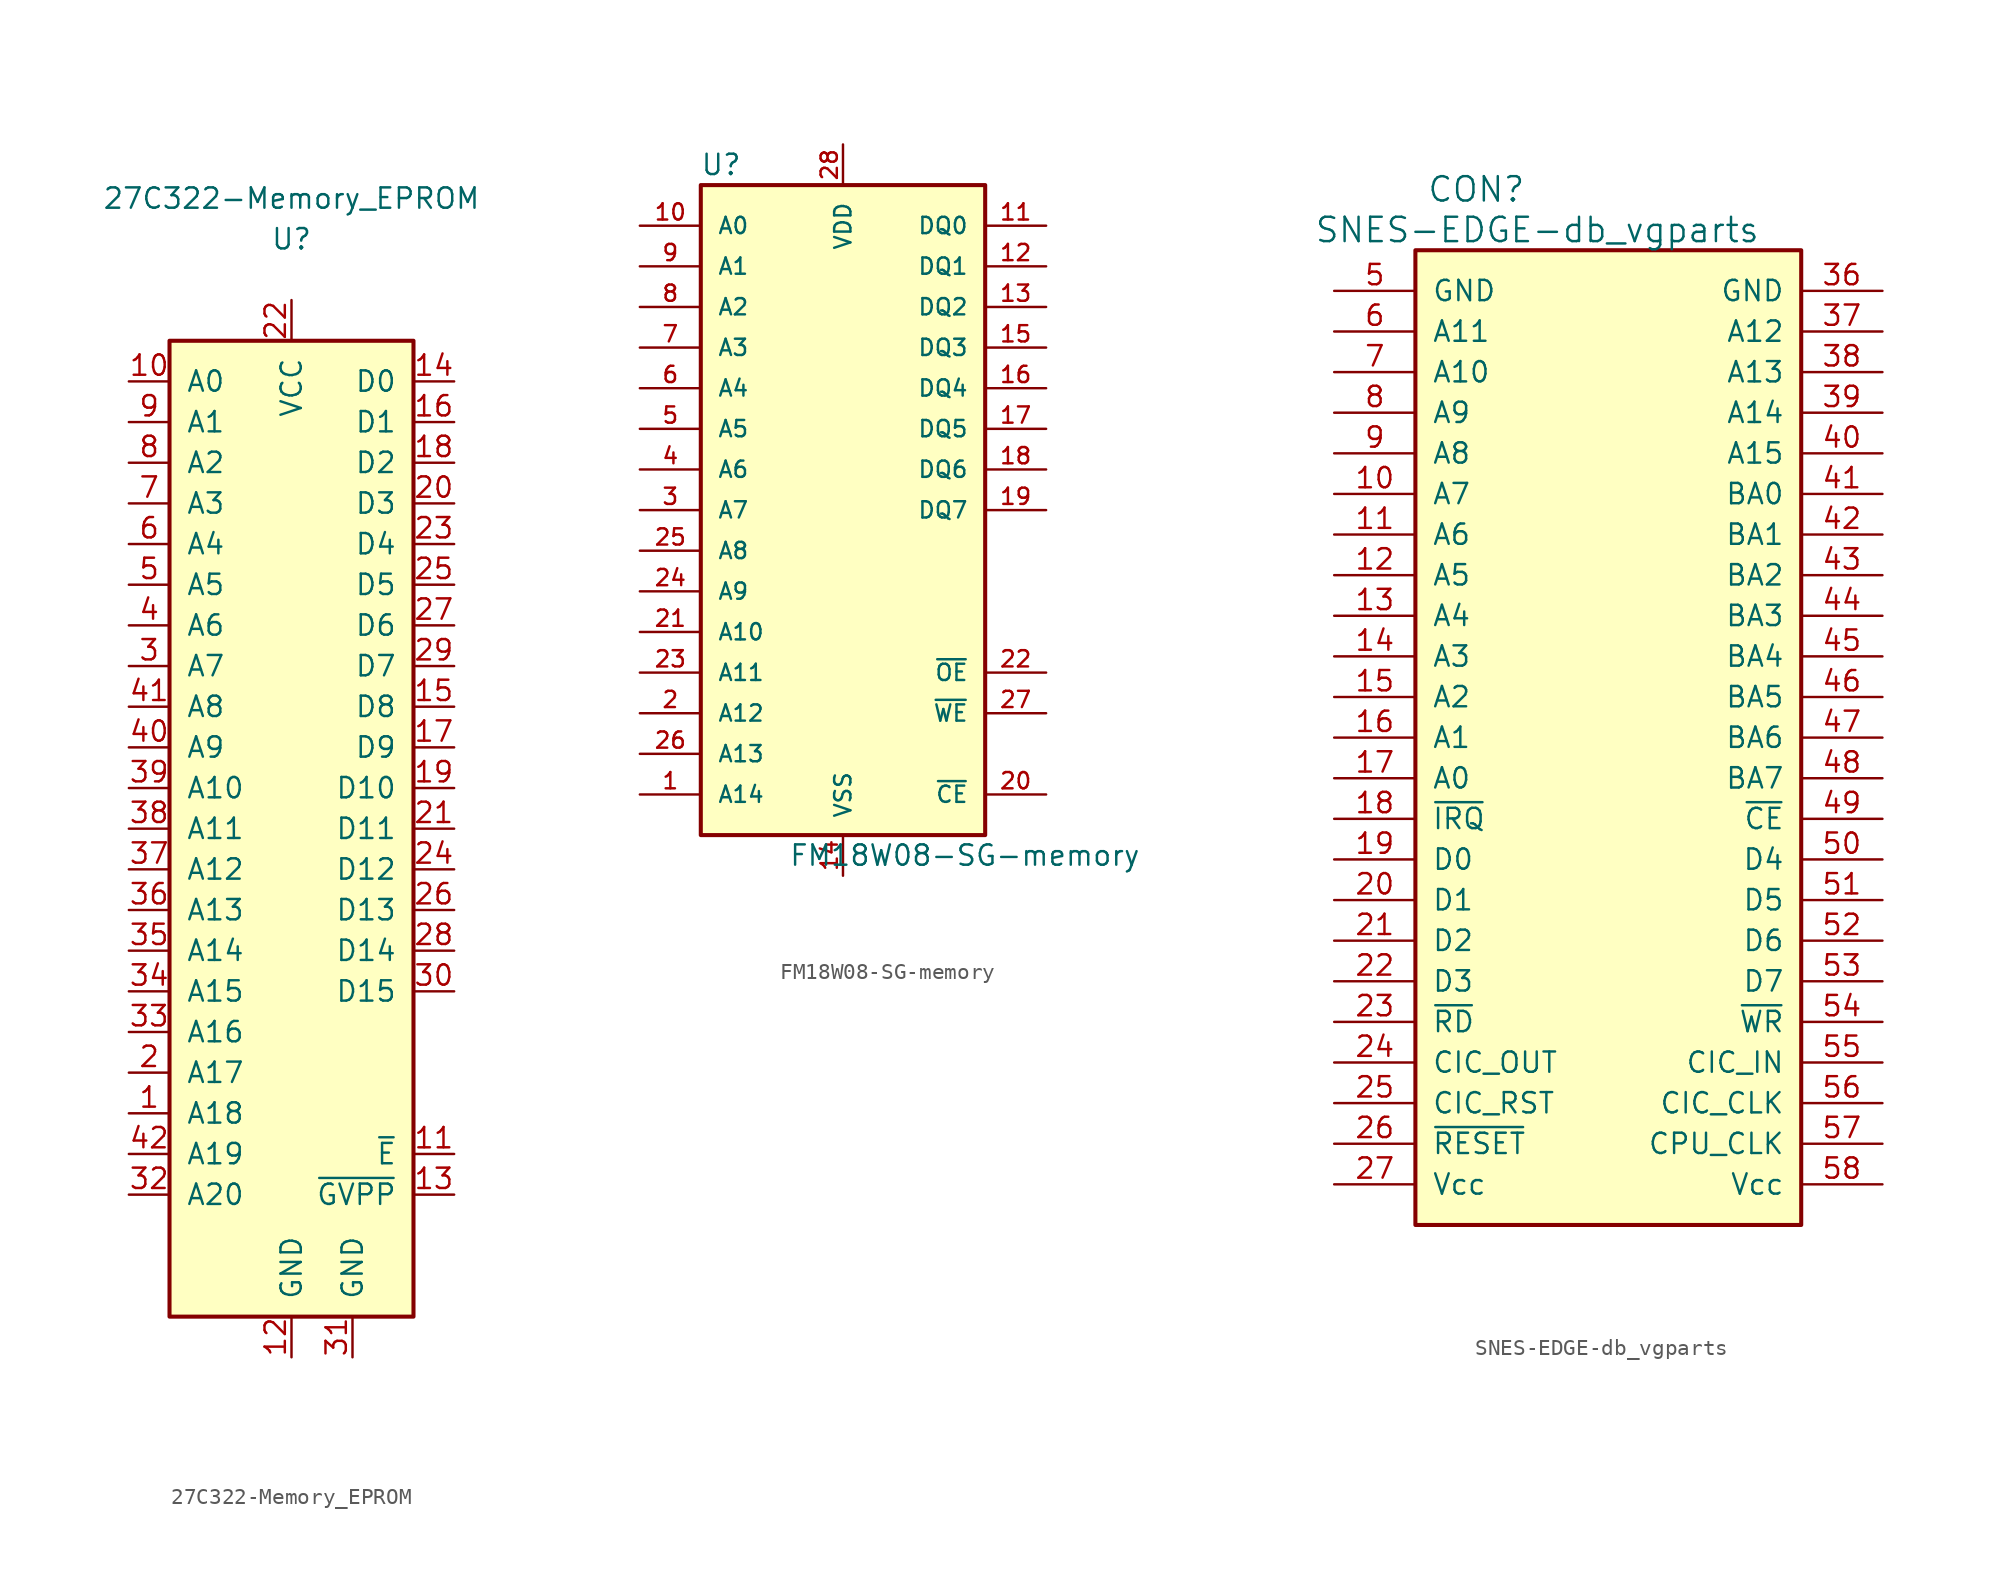
<source format=kicad_sym>
(kicad_symbol_lib
  (version 20211014)
  (generator kicad_symbol_editor)
  (symbol "27C322-Memory_EPROM"
    (pin_names
      (offset 1.016))
    (property "Reference" "U"
      (at 0 35.56 0)
      (effects (font (size 1.27 1.27))))
    (property "Value" "27C322-Memory_EPROM"
      (at 0 38.1 0)
      (effects (font (size 1.27 1.27))))
    (symbol "27C322-Memory_EPROM_1_1"
      (rectangle (start -7.62 29.21) (end 7.62 -31.75) (stroke (width 0.254) (type default) (color 0 0 0 0)) (fill (type background)))
      (pin input line (at -10.16 -19.05 0) (length 2.54) (name "A18" (effects (font (size 1.27 1.27)))) (number "1" (effects (font (size 1.27 1.27)))))
      (pin input line (at -10.16 26.67 0) (length 2.54) (name "A0" (effects (font (size 1.27 1.27)))) (number "10" (effects (font (size 1.27 1.27)))))
      (pin input line (at 10.16 -21.59 180) (length 2.54) (name "~{E}" (effects (font (size 1.27 1.27)))) (number "11" (effects (font (size 1.27 1.27)))))
      (pin power_in line (at 0 -34.29 90) (length 2.54) (name "GND" (effects (font (size 1.27 1.27)))) (number "12" (effects (font (size 1.27 1.27)))))
      (pin input line (at 10.16 -24.13 180) (length 2.54) (name "~{GVPP}" (effects (font (size 1.27 1.27)))) (number "13" (effects (font (size 1.27 1.27)))))
      (pin tri_state line (at 10.16 26.67 180) (length 2.54) (name "D0" (effects (font (size 1.27 1.27)))) (number "14" (effects (font (size 1.27 1.27)))))
      (pin tri_state line (at 10.16 6.35 180) (length 2.54) (name "D8" (effects (font (size 1.27 1.27)))) (number "15" (effects (font (size 1.27 1.27)))))
      (pin tri_state line (at 10.16 24.13 180) (length 2.54) (name "D1" (effects (font (size 1.27 1.27)))) (number "16" (effects (font (size 1.27 1.27)))))
      (pin tri_state line (at 10.16 3.81 180) (length 2.54) (name "D9" (effects (font (size 1.27 1.27)))) (number "17" (effects (font (size 1.27 1.27)))))
      (pin tri_state line (at 10.16 21.59 180) (length 2.54) (name "D2" (effects (font (size 1.27 1.27)))) (number "18" (effects (font (size 1.27 1.27)))))
      (pin tri_state line (at 10.16 1.27 180) (length 2.54) (name "D10" (effects (font (size 1.27 1.27)))) (number "19" (effects (font (size 1.27 1.27)))))
      (pin input line (at -10.16 -16.51 0) (length 2.54) (name "A17" (effects (font (size 1.27 1.27)))) (number "2" (effects (font (size 1.27 1.27)))))
      (pin tri_state line (at 10.16 19.05 180) (length 2.54) (name "D3" (effects (font (size 1.27 1.27)))) (number "20" (effects (font (size 1.27 1.27)))))
      (pin tri_state line (at 10.16 -1.27 180) (length 2.54) (name "D11" (effects (font (size 1.27 1.27)))) (number "21" (effects (font (size 1.27 1.27)))))
      (pin power_in line (at 0 31.75 270) (length 2.54) (name "VCC" (effects (font (size 1.27 1.27)))) (number "22" (effects (font (size 1.27 1.27)))))
      (pin tri_state line (at 10.16 16.51 180) (length 2.54) (name "D4" (effects (font (size 1.27 1.27)))) (number "23" (effects (font (size 1.27 1.27)))))
      (pin tri_state line (at 10.16 -3.81 180) (length 2.54) (name "D12" (effects (font (size 1.27 1.27)))) (number "24" (effects (font (size 1.27 1.27)))))
      (pin tri_state line (at 10.16 13.97 180) (length 2.54) (name "D5" (effects (font (size 1.27 1.27)))) (number "25" (effects (font (size 1.27 1.27)))))
      (pin tri_state line (at 10.16 -6.35 180) (length 2.54) (name "D13" (effects (font (size 1.27 1.27)))) (number "26" (effects (font (size 1.27 1.27)))))
      (pin tri_state line (at 10.16 11.43 180) (length 2.54) (name "D6" (effects (font (size 1.27 1.27)))) (number "27" (effects (font (size 1.27 1.27)))))
      (pin tri_state line (at 10.16 -8.89 180) (length 2.54) (name "D14" (effects (font (size 1.27 1.27)))) (number "28" (effects (font (size 1.27 1.27)))))
      (pin tri_state line (at 10.16 8.89 180) (length 2.54) (name "D7" (effects (font (size 1.27 1.27)))) (number "29" (effects (font (size 1.27 1.27)))))
      (pin input line (at -10.16 8.89 0) (length 2.54) (name "A7" (effects (font (size 1.27 1.27)))) (number "3" (effects (font (size 1.27 1.27)))))
      (pin tri_state line (at 10.16 -11.43 180) (length 2.54) (name "D15" (effects (font (size 1.27 1.27)))) (number "30" (effects (font (size 1.27 1.27)))))
      (pin power_in line (at 3.81 -34.29 90) (length 2.54) (name "GND" (effects (font (size 1.27 1.27)))) (number "31" (effects (font (size 1.27 1.27)))))
      (pin input line (at -10.16 -24.13 0) (length 2.54) (name "A20" (effects (font (size 1.27 1.27)))) (number "32" (effects (font (size 1.27 1.27)))))
      (pin input line (at -10.16 -13.97 0) (length 2.54) (name "A16" (effects (font (size 1.27 1.27)))) (number "33" (effects (font (size 1.27 1.27)))))
      (pin input line (at -10.16 -11.43 0) (length 2.54) (name "A15" (effects (font (size 1.27 1.27)))) (number "34" (effects (font (size 1.27 1.27)))))
      (pin input line (at -10.16 -8.89 0) (length 2.54) (name "A14" (effects (font (size 1.27 1.27)))) (number "35" (effects (font (size 1.27 1.27)))))
      (pin input line (at -10.16 -6.35 0) (length 2.54) (name "A13" (effects (font (size 1.27 1.27)))) (number "36" (effects (font (size 1.27 1.27)))))
      (pin input line (at -10.16 -3.81 0) (length 2.54) (name "A12" (effects (font (size 1.27 1.27)))) (number "37" (effects (font (size 1.27 1.27)))))
      (pin input line (at -10.16 -1.27 0) (length 2.54) (name "A11" (effects (font (size 1.27 1.27)))) (number "38" (effects (font (size 1.27 1.27)))))
      (pin input line (at -10.16 1.27 0) (length 2.54) (name "A10" (effects (font (size 1.27 1.27)))) (number "39" (effects (font (size 1.27 1.27)))))
      (pin input line (at -10.16 11.43 0) (length 2.54) (name "A6" (effects (font (size 1.27 1.27)))) (number "4" (effects (font (size 1.27 1.27)))))
      (pin input line (at -10.16 3.81 0) (length 2.54) (name "A9" (effects (font (size 1.27 1.27)))) (number "40" (effects (font (size 1.27 1.27)))))
      (pin input line (at -10.16 6.35 0) (length 2.54) (name "A8" (effects (font (size 1.27 1.27)))) (number "41" (effects (font (size 1.27 1.27)))))
      (pin input line (at -10.16 -21.59 0) (length 2.54) (name "A19" (effects (font (size 1.27 1.27)))) (number "42" (effects (font (size 1.27 1.27)))))
      (pin input line (at -10.16 13.97 0) (length 2.54) (name "A5" (effects (font (size 1.27 1.27)))) (number "5" (effects (font (size 1.27 1.27)))))
      (pin input line (at -10.16 16.51 0) (length 2.54) (name "A4" (effects (font (size 1.27 1.27)))) (number "6" (effects (font (size 1.27 1.27)))))
      (pin input line (at -10.16 19.05 0) (length 2.54) (name "A3" (effects (font (size 1.27 1.27)))) (number "7" (effects (font (size 1.27 1.27)))))
      (pin input line (at -10.16 21.59 0) (length 2.54) (name "A2" (effects (font (size 1.27 1.27)))) (number "8" (effects (font (size 1.27 1.27)))))
      (pin input line (at -10.16 24.13 0) (length 2.54) (name "A1" (effects (font (size 1.27 1.27)))) (number "9" (effects (font (size 1.27 1.27)))))))
  (symbol "FM18W08-SG-memory"
    (pin_names
      (offset 1.016))
    (property "Reference" "U"
      (at -7.62 21.59 0)
      (effects (font (size 1.27 1.27))))
    (property "Value" "FM18W08-SG-memory"
      (at 7.62 -21.59 0)
      (effects (font (size 1.27 1.27))))
    (symbol "FM18W08-SG-memory_0_1"
      (rectangle (start -8.89 20.32) (end 8.89 -20.32) (stroke (width 0.254) (type default) (color 0 0 0 0)) (fill (type background))))
    (symbol "FM18W08-SG-memory_1_1"
      (pin input line (at -12.7 -17.78 0) (length 3.81) (name "A14" (effects (font (size 1.016 1.016)))) (number "1" (effects (font (size 1.016 1.016)))))
      (pin input line (at -12.7 17.78 0) (length 3.81) (name "A0" (effects (font (size 1.016 1.016)))) (number "10" (effects (font (size 1.016 1.016)))))
      (pin bidirectional line (at 12.7 17.78 180) (length 3.81) (name "DQ0" (effects (font (size 1.016 1.016)))) (number "11" (effects (font (size 1.016 1.016)))))
      (pin bidirectional line (at 12.7 15.24 180) (length 3.81) (name "DQ1" (effects (font (size 1.016 1.016)))) (number "12" (effects (font (size 1.016 1.016)))))
      (pin bidirectional line (at 12.7 12.7 180) (length 3.81) (name "DQ2" (effects (font (size 1.016 1.016)))) (number "13" (effects (font (size 1.016 1.016)))))
      (pin power_in line (at 0 -22.86 90) (length 2.54) (name "VSS" (effects (font (size 1.016 1.016)))) (number "14" (effects (font (size 1.016 1.016)))))
      (pin bidirectional line (at 12.7 10.16 180) (length 3.81) (name "DQ3" (effects (font (size 1.016 1.016)))) (number "15" (effects (font (size 1.016 1.016)))))
      (pin bidirectional line (at 12.7 7.62 180) (length 3.81) (name "DQ4" (effects (font (size 1.016 1.016)))) (number "16" (effects (font (size 1.016 1.016)))))
      (pin bidirectional line (at 12.7 5.08 180) (length 3.81) (name "DQ5" (effects (font (size 1.016 1.016)))) (number "17" (effects (font (size 1.016 1.016)))))
      (pin bidirectional line (at 12.7 2.54 180) (length 3.81) (name "DQ6" (effects (font (size 1.016 1.016)))) (number "18" (effects (font (size 1.016 1.016)))))
      (pin bidirectional line (at 12.7 0 180) (length 3.81) (name "DQ7" (effects (font (size 1.016 1.016)))) (number "19" (effects (font (size 1.016 1.016)))))
      (pin input line (at -12.7 -12.7 0) (length 3.81) (name "A12" (effects (font (size 1.016 1.016)))) (number "2" (effects (font (size 1.016 1.016)))))
      (pin bidirectional line (at 12.7 -17.78 180) (length 3.81) (name "~{CE}" (effects (font (size 1.016 1.016)))) (number "20" (effects (font (size 1.016 1.016)))))
      (pin input line (at -12.7 -7.62 0) (length 3.81) (name "A10" (effects (font (size 1.016 1.016)))) (number "21" (effects (font (size 1.016 1.016)))))
      (pin input line (at 12.7 -10.16 180) (length 3.81) (name "~{OE}" (effects (font (size 1.016 1.016)))) (number "22" (effects (font (size 1.016 1.016)))))
      (pin input line (at -12.7 -10.16 0) (length 3.81) (name "A11" (effects (font (size 1.016 1.016)))) (number "23" (effects (font (size 1.016 1.016)))))
      (pin input line (at -12.7 -5.08 0) (length 3.81) (name "A9" (effects (font (size 1.016 1.016)))) (number "24" (effects (font (size 1.016 1.016)))))
      (pin input line (at -12.7 -2.54 0) (length 3.81) (name "A8" (effects (font (size 1.016 1.016)))) (number "25" (effects (font (size 1.016 1.016)))))
      (pin input line (at -12.7 -15.24 0) (length 3.81) (name "A13" (effects (font (size 1.016 1.016)))) (number "26" (effects (font (size 1.016 1.016)))))
      (pin input line (at 12.7 -12.7 180) (length 3.81) (name "~{WE}" (effects (font (size 1.016 1.016)))) (number "27" (effects (font (size 1.016 1.016)))))
      (pin power_in line (at 0 22.86 270) (length 2.54) (name "VDD" (effects (font (size 1.016 1.016)))) (number "28" (effects (font (size 1.016 1.016)))))
      (pin input line (at -12.7 0 0) (length 3.81) (name "A7" (effects (font (size 1.016 1.016)))) (number "3" (effects (font (size 1.016 1.016)))))
      (pin input line (at -12.7 2.54 0) (length 3.81) (name "A6" (effects (font (size 1.016 1.016)))) (number "4" (effects (font (size 1.016 1.016)))))
      (pin input line (at -12.7 5.08 0) (length 3.81) (name "A5" (effects (font (size 1.016 1.016)))) (number "5" (effects (font (size 1.016 1.016)))))
      (pin input line (at -12.7 7.62 0) (length 3.81) (name "A4" (effects (font (size 1.016 1.016)))) (number "6" (effects (font (size 1.016 1.016)))))
      (pin input line (at -12.7 10.16 0) (length 3.81) (name "A3" (effects (font (size 1.016 1.016)))) (number "7" (effects (font (size 1.016 1.016)))))
      (pin input line (at -12.7 12.7 0) (length 3.81) (name "A2" (effects (font (size 1.016 1.016)))) (number "8" (effects (font (size 1.016 1.016)))))
      (pin input line (at -12.7 15.24 0) (length 3.81) (name "A1" (effects (font (size 1.016 1.016)))) (number "9" (effects (font (size 1.016 1.016)))))))
  (symbol "SNES-EDGE-db_vgparts"
    (pin_names
      (offset 1.016))
    (property "Reference" "CON"
      (at 3.81 3.81 0)
      (effects (font (size 1.524 1.524))))
    (property "Value" "SNES-EDGE-db_vgparts"
      (at 7.62 1.27 0)
      (effects (font (size 1.524 1.524))))
    (symbol "SNES-EDGE-db_vgparts_0_1"
      (rectangle (start 0 0) (end 24.13 -60.96) (stroke (width 0.254) (type default) (color 0 0 0 0)) (fill (type background))))
    (symbol "SNES-EDGE-db_vgparts_1_1"
      (pin passive line (at -5.08 -15.24 0) (length 5.08) (name "A7" (effects (font (size 1.27 1.27)))) (number "10" (effects (font (size 1.27 1.27)))))
      (pin passive line (at -5.08 -17.78 0) (length 5.08) (name "A6" (effects (font (size 1.27 1.27)))) (number "11" (effects (font (size 1.27 1.27)))))
      (pin passive line (at -5.08 -20.32 0) (length 5.08) (name "A5" (effects (font (size 1.27 1.27)))) (number "12" (effects (font (size 1.27 1.27)))))
      (pin passive line (at -5.08 -22.86 0) (length 5.08) (name "A4" (effects (font (size 1.27 1.27)))) (number "13" (effects (font (size 1.27 1.27)))))
      (pin passive line (at -5.08 -25.4 0) (length 5.08) (name "A3" (effects (font (size 1.27 1.27)))) (number "14" (effects (font (size 1.27 1.27)))))
      (pin passive line (at -5.08 -27.94 0) (length 5.08) (name "A2" (effects (font (size 1.27 1.27)))) (number "15" (effects (font (size 1.27 1.27)))))
      (pin passive line (at -5.08 -30.48 0) (length 5.08) (name "A1" (effects (font (size 1.27 1.27)))) (number "16" (effects (font (size 1.27 1.27)))))
      (pin passive line (at -5.08 -33.02 0) (length 5.08) (name "A0" (effects (font (size 1.27 1.27)))) (number "17" (effects (font (size 1.27 1.27)))))
      (pin passive line (at -5.08 -35.56 0) (length 5.08) (name "~{IRQ}" (effects (font (size 1.27 1.27)))) (number "18" (effects (font (size 1.27 1.27)))))
      (pin passive line (at -5.08 -38.1 0) (length 5.08) (name "D0" (effects (font (size 1.27 1.27)))) (number "19" (effects (font (size 1.27 1.27)))))
      (pin passive line (at -5.08 -40.64 0) (length 5.08) (name "D1" (effects (font (size 1.27 1.27)))) (number "20" (effects (font (size 1.27 1.27)))))
      (pin passive line (at -5.08 -43.18 0) (length 5.08) (name "D2" (effects (font (size 1.27 1.27)))) (number "21" (effects (font (size 1.27 1.27)))))
      (pin passive line (at -5.08 -45.72 0) (length 5.08) (name "D3" (effects (font (size 1.27 1.27)))) (number "22" (effects (font (size 1.27 1.27)))))
      (pin passive line (at -5.08 -48.26 0) (length 5.08) (name "~{RD}" (effects (font (size 1.27 1.27)))) (number "23" (effects (font (size 1.27 1.27)))))
      (pin passive line (at -5.08 -50.8 0) (length 5.08) (name "CIC_OUT" (effects (font (size 1.27 1.27)))) (number "24" (effects (font (size 1.27 1.27)))))
      (pin passive line (at -5.08 -53.34 0) (length 5.08) (name "CIC_RST" (effects (font (size 1.27 1.27)))) (number "25" (effects (font (size 1.27 1.27)))))
      (pin passive line (at -5.08 -55.88 0) (length 5.08) (name "~{RESET}" (effects (font (size 1.27 1.27)))) (number "26" (effects (font (size 1.27 1.27)))))
      (pin passive line (at -5.08 -58.42 0) (length 5.08) (name "Vcc" (effects (font (size 1.27 1.27)))) (number "27" (effects (font (size 1.27 1.27)))))
      (pin passive line (at 29.21 -2.54 180) (length 5.08) (name "GND" (effects (font (size 1.27 1.27)))) (number "36" (effects (font (size 1.27 1.27)))))
      (pin passive line (at 29.21 -5.08 180) (length 5.08) (name "A12" (effects (font (size 1.27 1.27)))) (number "37" (effects (font (size 1.27 1.27)))))
      (pin passive line (at 29.21 -7.62 180) (length 5.08) (name "A13" (effects (font (size 1.27 1.27)))) (number "38" (effects (font (size 1.27 1.27)))))
      (pin passive line (at 29.21 -10.16 180) (length 5.08) (name "A14" (effects (font (size 1.27 1.27)))) (number "39" (effects (font (size 1.27 1.27)))))
      (pin passive line (at 29.21 -12.7 180) (length 5.08) (name "A15" (effects (font (size 1.27 1.27)))) (number "40" (effects (font (size 1.27 1.27)))))
      (pin passive line (at 29.21 -15.24 180) (length 5.08) (name "BA0" (effects (font (size 1.27 1.27)))) (number "41" (effects (font (size 1.27 1.27)))))
      (pin passive line (at 29.21 -17.78 180) (length 5.08) (name "BA1" (effects (font (size 1.27 1.27)))) (number "42" (effects (font (size 1.27 1.27)))))
      (pin passive line (at 29.21 -20.32 180) (length 5.08) (name "BA2" (effects (font (size 1.27 1.27)))) (number "43" (effects (font (size 1.27 1.27)))))
      (pin passive line (at 29.21 -22.86 180) (length 5.08) (name "BA3" (effects (font (size 1.27 1.27)))) (number "44" (effects (font (size 1.27 1.27)))))
      (pin passive line (at 29.21 -25.4 180) (length 5.08) (name "BA4" (effects (font (size 1.27 1.27)))) (number "45" (effects (font (size 1.27 1.27)))))
      (pin passive line (at 29.21 -27.94 180) (length 5.08) (name "BA5" (effects (font (size 1.27 1.27)))) (number "46" (effects (font (size 1.27 1.27)))))
      (pin passive line (at 29.21 -30.48 180) (length 5.08) (name "BA6" (effects (font (size 1.27 1.27)))) (number "47" (effects (font (size 1.27 1.27)))))
      (pin passive line (at 29.21 -33.02 180) (length 5.08) (name "BA7" (effects (font (size 1.27 1.27)))) (number "48" (effects (font (size 1.27 1.27)))))
      (pin passive line (at 29.21 -35.56 180) (length 5.08) (name "~{CE}" (effects (font (size 1.27 1.27)))) (number "49" (effects (font (size 1.27 1.27)))))
      (pin passive line (at -5.08 -2.54 0) (length 5.08) (name "GND" (effects (font (size 1.27 1.27)))) (number "5" (effects (font (size 1.27 1.27)))))
      (pin passive line (at 29.21 -38.1 180) (length 5.08) (name "D4" (effects (font (size 1.27 1.27)))) (number "50" (effects (font (size 1.27 1.27)))))
      (pin passive line (at 29.21 -40.64 180) (length 5.08) (name "D5" (effects (font (size 1.27 1.27)))) (number "51" (effects (font (size 1.27 1.27)))))
      (pin passive line (at 29.21 -43.18 180) (length 5.08) (name "D6" (effects (font (size 1.27 1.27)))) (number "52" (effects (font (size 1.27 1.27)))))
      (pin passive line (at 29.21 -45.72 180) (length 5.08) (name "D7" (effects (font (size 1.27 1.27)))) (number "53" (effects (font (size 1.27 1.27)))))
      (pin passive line (at 29.21 -48.26 180) (length 5.08) (name "~{WR}" (effects (font (size 1.27 1.27)))) (number "54" (effects (font (size 1.27 1.27)))))
      (pin passive line (at 29.21 -50.8 180) (length 5.08) (name "CIC_IN" (effects (font (size 1.27 1.27)))) (number "55" (effects (font (size 1.27 1.27)))))
      (pin passive line (at 29.21 -53.34 180) (length 5.08) (name "CIC_CLK" (effects (font (size 1.27 1.27)))) (number "56" (effects (font (size 1.27 1.27)))))
      (pin passive line (at 29.21 -55.88 180) (length 5.08) (name "CPU_CLK" (effects (font (size 1.27 1.27)))) (number "57" (effects (font (size 1.27 1.27)))))
      (pin passive line (at 29.21 -58.42 180) (length 5.08) (name "Vcc" (effects (font (size 1.27 1.27)))) (number "58" (effects (font (size 1.27 1.27)))))
      (pin passive line (at -5.08 -5.08 0) (length 5.08) (name "A11" (effects (font (size 1.27 1.27)))) (number "6" (effects (font (size 1.27 1.27)))))
      (pin passive line (at -5.08 -7.62 0) (length 5.08) (name "A10" (effects (font (size 1.27 1.27)))) (number "7" (effects (font (size 1.27 1.27)))))
      (pin passive line (at -5.08 -10.16 0) (length 5.08) (name "A9" (effects (font (size 1.27 1.27)))) (number "8" (effects (font (size 1.27 1.27)))))
      (pin passive line (at -5.08 -12.7 0) (length 5.08) (name "A8" (effects (font (size 1.27 1.27)))) (number "9" (effects (font (size 1.27 1.27))))))))
</source>
